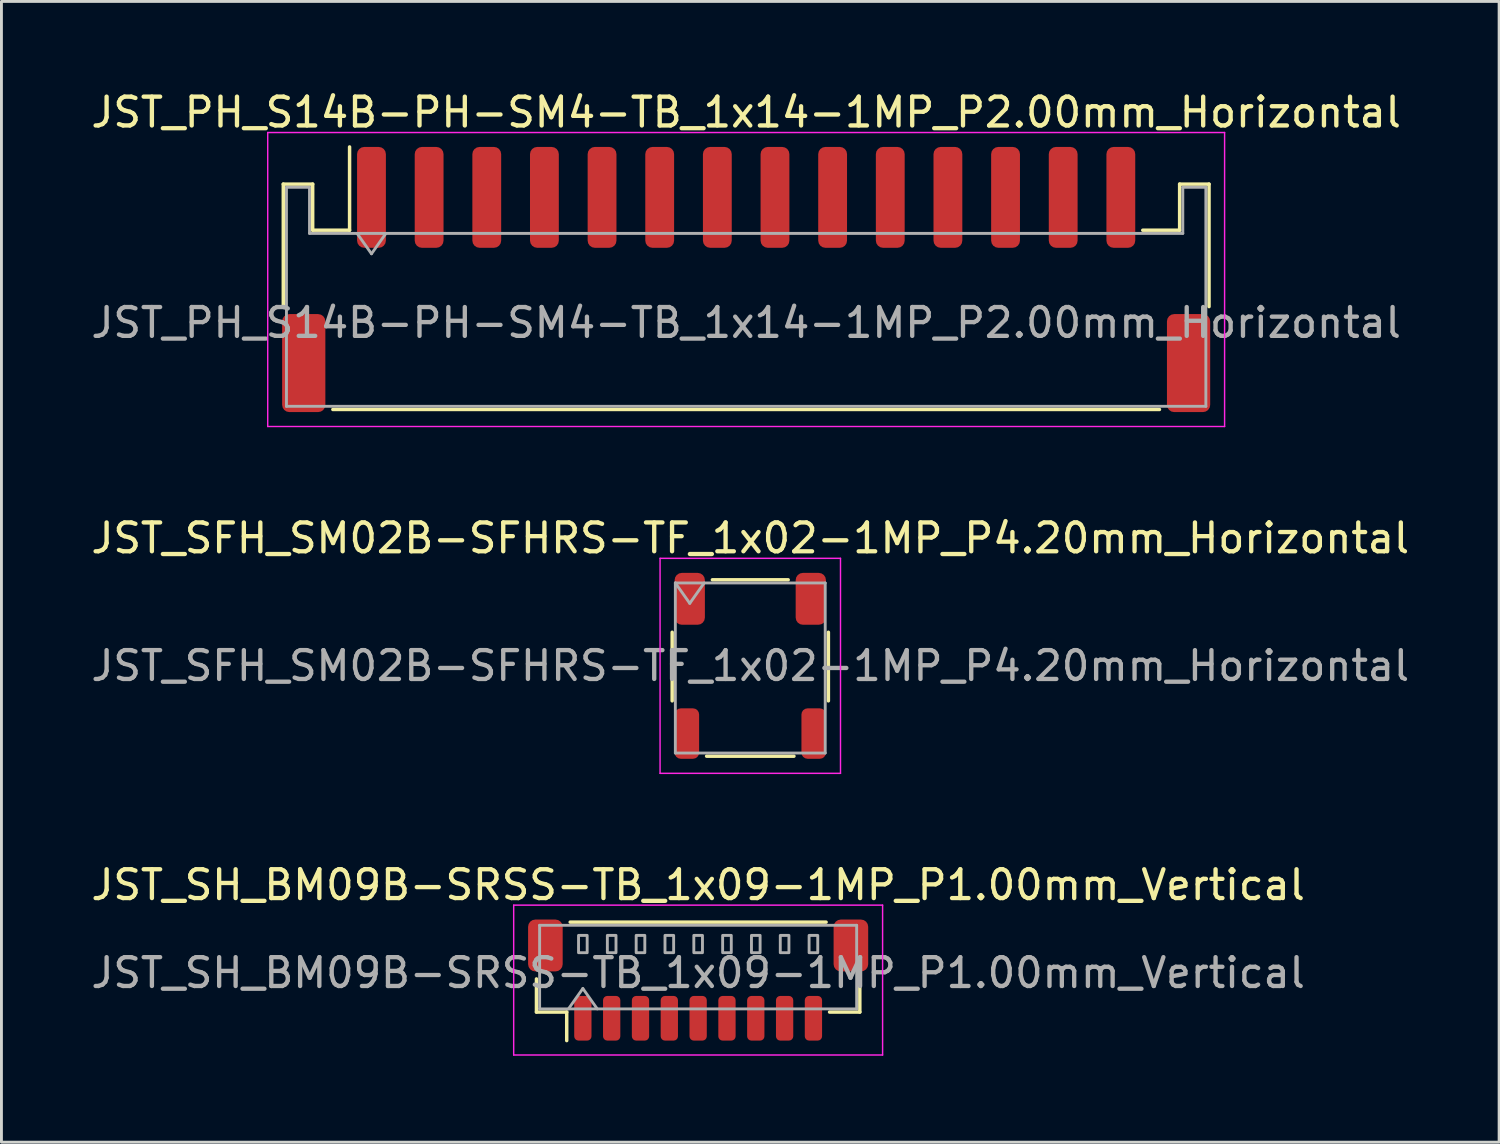
<source format=kicad_pcb>
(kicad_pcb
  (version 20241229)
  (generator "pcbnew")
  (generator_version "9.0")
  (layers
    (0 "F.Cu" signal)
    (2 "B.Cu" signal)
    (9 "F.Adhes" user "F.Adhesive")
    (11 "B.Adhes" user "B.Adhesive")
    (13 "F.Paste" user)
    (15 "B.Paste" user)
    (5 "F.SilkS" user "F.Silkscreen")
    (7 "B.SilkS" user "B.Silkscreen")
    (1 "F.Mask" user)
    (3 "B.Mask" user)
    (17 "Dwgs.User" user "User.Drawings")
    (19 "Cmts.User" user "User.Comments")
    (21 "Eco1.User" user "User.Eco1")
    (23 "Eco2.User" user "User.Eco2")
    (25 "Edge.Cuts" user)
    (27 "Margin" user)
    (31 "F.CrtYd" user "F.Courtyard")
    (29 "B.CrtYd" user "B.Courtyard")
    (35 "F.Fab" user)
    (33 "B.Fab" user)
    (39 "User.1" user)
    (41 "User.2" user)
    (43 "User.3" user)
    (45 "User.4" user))
  (footprint "JST_PH_S14B-PH-SM4-TB_1x14-1MP_P2.00mm_Horizontal"
    (layer "F.Cu")
    (at 22.839 6.648)
    (property "Reference" "JST_PH_S14B-PH-SM4-TB_1x14-1MP_P2.00mm_Horizontal" (at 0 -5.8 0) (layer "F.SilkS") (effects (font (size 1 1) (thickness 0.15))))
    (attr smd)
    (fp_line (start -16.06 -3.31) (end -15.04 -3.31) (stroke (width 0.12) (type solid)) (layer "F.SilkS"))
    (fp_line (start -16.06 0.94) (end -16.06 -3.31) (stroke (width 0.12) (type solid)) (layer "F.SilkS"))
    (fp_line (start -15.04 -3.31) (end -15.04 -1.71) (stroke (width 0.12) (type solid)) (layer "F.SilkS"))
    (fp_line (start -15.04 -1.71) (end -13.76 -1.71) (stroke (width 0.12) (type solid)) (layer "F.SilkS"))
    (fp_line (start -14.34 4.51) (end 14.34 4.51) (stroke (width 0.12) (type solid)) (layer "F.SilkS"))
    (fp_line (start -13.76 -1.71) (end -13.76 -4.6) (stroke (width 0.12) (type solid)) (layer "F.SilkS"))
    (fp_line (start 15.04 -3.31) (end 15.04 -1.71) (stroke (width 0.12) (type solid)) (layer "F.SilkS"))
    (fp_line (start 15.04 -1.71) (end 13.76 -1.71) (stroke (width 0.12) (type solid)) (layer "F.SilkS"))
    (fp_line (start 16.06 -3.31) (end 15.04 -3.31) (stroke (width 0.12) (type solid)) (layer "F.SilkS"))
    (fp_line (start 16.06 0.94) (end 16.06 -3.31) (stroke (width 0.12) (type solid)) (layer "F.SilkS"))
    (fp_line (start -16.6 -5.1) (end -16.6 5.1) (stroke (width 0.05) (type solid)) (layer "F.CrtYd"))
    (fp_line (start -16.6 5.1) (end 16.6 5.1) (stroke (width 0.05) (type solid)) (layer "F.CrtYd"))
    (fp_line (start 16.6 -5.1) (end -16.6 -5.1) (stroke (width 0.05) (type solid)) (layer "F.CrtYd"))
    (fp_line (start 16.6 5.1) (end 16.6 -5.1) (stroke (width 0.05) (type solid)) (layer "F.CrtYd"))
    (fp_line (start -15.95 -3.2) (end -15.95 4.4) (stroke (width 0.1) (type solid)) (layer "F.Fab"))
    (fp_line (start -15.95 -3.2) (end -15.15 -3.2) (stroke (width 0.1) (type solid)) (layer "F.Fab"))
    (fp_line (start -15.95 4.4) (end 15.95 4.4) (stroke (width 0.1) (type solid)) (layer "F.Fab"))
    (fp_line (start -15.15 -3.2) (end -15.15 -1.6) (stroke (width 0.1) (type solid)) (layer "F.Fab"))
    (fp_line (start -15.15 -1.6) (end 15.15 -1.6) (stroke (width 0.1) (type solid)) (layer "F.Fab"))
    (fp_line (start -13.5 -1.6) (end -13 -0.893) (stroke (width 0.1) (type solid)) (layer "F.Fab"))
    (fp_line (start -13 -0.893) (end -12.5 -1.6) (stroke (width 0.1) (type solid)) (layer "F.Fab"))
    (fp_line (start 15.15 -3.2) (end 15.95 -3.2) (stroke (width 0.1) (type solid)) (layer "F.Fab"))
    (fp_line (start 15.15 -1.6) (end 15.15 -3.2) (stroke (width 0.1) (type solid)) (layer "F.Fab"))
    (fp_line (start 15.95 -3.2) (end 15.95 4.4) (stroke (width 0.1) (type solid)) (layer "F.Fab"))
    (fp_text user "${REFERENCE}" (at 0 1.5 0) (layer "F.Fab") (effects (font (size 1 1) (thickness 0.15))))
    (pad "1" smd roundrect (at -13 -2.85) (size 1 3.5) (layers "F.Cu" "F.Mask" "F.Paste") (roundrect_rratio 0.25))
    (pad "2" smd roundrect (at -11 -2.85) (size 1 3.5) (layers "F.Cu" "F.Mask" "F.Paste") (roundrect_rratio 0.25))
    (pad "3" smd roundrect (at -9 -2.85) (size 1 3.5) (layers "F.Cu" "F.Mask" "F.Paste") (roundrect_rratio 0.25))
    (pad "4" smd roundrect (at -7 -2.85) (size 1 3.5) (layers "F.Cu" "F.Mask" "F.Paste") (roundrect_rratio 0.25))
    (pad "5" smd roundrect (at -5 -2.85) (size 1 3.5) (layers "F.Cu" "F.Mask" "F.Paste") (roundrect_rratio 0.25))
    (pad "6" smd roundrect (at -3 -2.85) (size 1 3.5) (layers "F.Cu" "F.Mask" "F.Paste") (roundrect_rratio 0.25))
    (pad "7" smd roundrect (at -1 -2.85) (size 1 3.5) (layers "F.Cu" "F.Mask" "F.Paste") (roundrect_rratio 0.25))
    (pad "8" smd roundrect (at 1 -2.85) (size 1 3.5) (layers "F.Cu" "F.Mask" "F.Paste") (roundrect_rratio 0.25))
    (pad "9" smd roundrect (at 3 -2.85) (size 1 3.5) (layers "F.Cu" "F.Mask" "F.Paste") (roundrect_rratio 0.25))
    (pad "10" smd roundrect (at 5 -2.85) (size 1 3.5) (layers "F.Cu" "F.Mask" "F.Paste") (roundrect_rratio 0.25))
    (pad "11" smd roundrect (at 7 -2.85) (size 1 3.5) (layers "F.Cu" "F.Mask" "F.Paste") (roundrect_rratio 0.25))
    (pad "12" smd roundrect (at 9 -2.85) (size 1 3.5) (layers "F.Cu" "F.Mask" "F.Paste") (roundrect_rratio 0.25))
    (pad "13" smd roundrect (at 11 -2.85) (size 1 3.5) (layers "F.Cu" "F.Mask" "F.Paste") (roundrect_rratio 0.25))
    (pad "14" smd roundrect (at 13 -2.85) (size 1 3.5) (layers "F.Cu" "F.Mask" "F.Paste") (roundrect_rratio 0.25))
    (pad "MP" smd roundrect (at -15.35 2.9) (size 1.5 3.4) (layers "F.Cu" "F.Mask" "F.Paste") (roundrect_rratio 0.167))
    (pad "MP" smd roundrect (at 15.35 2.9) (size 1.5 3.4) (layers "F.Cu" "F.Mask" "F.Paste") (roundrect_rratio 0.167)))
  (footprint "JST_SH_BM09B-SRSS-TB_1x09-1MP_P1.00mm_Vertical"
    (layer "F.Cu")
    (at 21.173 30.955)
    (property "Reference" "JST_SH_BM09B-SRSS-TB_1x09-1MP_P1.00mm_Vertical" (at 0 -3.3 0) (layer "F.SilkS") (effects (font (size 1 1) (thickness 0.15))))
    (attr smd)
    (fp_line (start -5.61 -0.04) (end -5.61 1.11) (stroke (width 0.12) (type solid)) (layer "F.SilkS"))
    (fp_line (start -5.61 1.11) (end -4.56 1.11) (stroke (width 0.12) (type solid)) (layer "F.SilkS"))
    (fp_line (start -4.56 1.11) (end -4.56 2.1) (stroke (width 0.12) (type solid)) (layer "F.SilkS"))
    (fp_line (start -4.44 -2.01) (end 4.44 -2.01) (stroke (width 0.12) (type solid)) (layer "F.SilkS"))
    (fp_line (start 5.61 -0.04) (end 5.61 1.11) (stroke (width 0.12) (type solid)) (layer "F.SilkS"))
    (fp_line (start 5.61 1.11) (end 4.56 1.11) (stroke (width 0.12) (type solid)) (layer "F.SilkS"))
    (fp_line (start -6.4 -2.6) (end -6.4 2.6) (stroke (width 0.05) (type solid)) (layer "F.CrtYd"))
    (fp_line (start -6.4 2.6) (end 6.4 2.6) (stroke (width 0.05) (type solid)) (layer "F.CrtYd"))
    (fp_line (start 6.4 -2.6) (end -6.4 -2.6) (stroke (width 0.05) (type solid)) (layer "F.CrtYd"))
    (fp_line (start 6.4 2.6) (end 6.4 -2.6) (stroke (width 0.05) (type solid)) (layer "F.CrtYd"))
    (fp_line (start -5.5 -1.9) (end 5.5 -1.9) (stroke (width 0.1) (type solid)) (layer "F.Fab"))
    (fp_line (start -5.5 1) (end -5.5 -1.9) (stroke (width 0.1) (type solid)) (layer "F.Fab"))
    (fp_line (start -5.5 1) (end 5.5 1) (stroke (width 0.1) (type solid)) (layer "F.Fab"))
    (fp_line (start -4.5 1) (end -4 0.293) (stroke (width 0.1) (type solid)) (layer "F.Fab"))
    (fp_line (start -4 0.293) (end -3.5 1) (stroke (width 0.1) (type solid)) (layer "F.Fab"))
    (fp_line (start 5.5 1) (end 5.5 -1.9) (stroke (width 0.1) (type solid)) (layer "F.Fab"))
    (fp_rect (start -4.15 -1.55) (end -3.85 -0.95) (stroke (width 0.1) (type solid)) (fill no) (layer "F.Fab"))
    (fp_rect (start -3.15 -1.55) (end -2.85 -0.95) (stroke (width 0.1) (type solid)) (fill no) (layer "F.Fab"))
    (fp_rect (start -2.15 -1.55) (end -1.85 -0.95) (stroke (width 0.1) (type solid)) (fill no) (layer "F.Fab"))
    (fp_rect (start -1.15 -1.55) (end -0.85 -0.95) (stroke (width 0.1) (type solid)) (fill no) (layer "F.Fab"))
    (fp_rect (start -0.15 -1.55) (end 0.15 -0.95) (stroke (width 0.1) (type solid)) (fill no) (layer "F.Fab"))
    (fp_rect (start 0.85 -1.55) (end 1.15 -0.95) (stroke (width 0.1) (type solid)) (fill no) (layer "F.Fab"))
    (fp_rect (start 1.85 -1.55) (end 2.15 -0.95) (stroke (width 0.1) (type solid)) (fill no) (layer "F.Fab"))
    (fp_rect (start 2.85 -1.55) (end 3.15 -0.95) (stroke (width 0.1) (type solid)) (fill no) (layer "F.Fab"))
    (fp_rect (start 3.85 -1.55) (end 4.15 -0.95) (stroke (width 0.1) (type solid)) (fill no) (layer "F.Fab"))
    (fp_text user "${REFERENCE}" (at 0 -0.25 0) (layer "F.Fab") (effects (font (size 1 1) (thickness 0.15))))
    (pad "1" smd roundrect (at -4 1.325) (size 0.6 1.55) (layers "F.Cu" "F.Mask" "F.Paste") (roundrect_rratio 0.25))
    (pad "2" smd roundrect (at -3 1.325) (size 0.6 1.55) (layers "F.Cu" "F.Mask" "F.Paste") (roundrect_rratio 0.25))
    (pad "3" smd roundrect (at -2 1.325) (size 0.6 1.55) (layers "F.Cu" "F.Mask" "F.Paste") (roundrect_rratio 0.25))
    (pad "4" smd roundrect (at -1 1.325) (size 0.6 1.55) (layers "F.Cu" "F.Mask" "F.Paste") (roundrect_rratio 0.25))
    (pad "5" smd roundrect (at 0 1.325) (size 0.6 1.55) (layers "F.Cu" "F.Mask" "F.Paste") (roundrect_rratio 0.25))
    (pad "6" smd roundrect (at 1 1.325) (size 0.6 1.55) (layers "F.Cu" "F.Mask" "F.Paste") (roundrect_rratio 0.25))
    (pad "7" smd roundrect (at 2 1.325) (size 0.6 1.55) (layers "F.Cu" "F.Mask" "F.Paste") (roundrect_rratio 0.25))
    (pad "8" smd roundrect (at 3 1.325) (size 0.6 1.55) (layers "F.Cu" "F.Mask" "F.Paste") (roundrect_rratio 0.25))
    (pad "9" smd roundrect (at 4 1.325) (size 0.6 1.55) (layers "F.Cu" "F.Mask" "F.Paste") (roundrect_rratio 0.25))
    (pad "MP" smd roundrect (at -5.3 -1.2) (size 1.2 1.8) (layers "F.Cu" "F.Mask" "F.Paste") (roundrect_rratio 0.208))
    (pad "MP" smd roundrect (at 5.3 -1.2) (size 1.2 1.8) (layers "F.Cu" "F.Mask" "F.Paste") (roundrect_rratio 0.208)))
  (footprint "JST_SFH_SM02B-SFHRS-TF_1x02-1MP_P4.20mm_Horizontal"
    (layer "F.Cu")
    (at 22.982 20.052)
    (property "Reference" "JST_SFH_SM02B-SFHRS-TF_1x02-1MP_P4.20mm_Horizontal" (at 0 -4.43 0) (layer "F.SilkS") (effects (font (size 1 1) (thickness 0.15))))
    (attr smd)
    (fp_line (start -2.71 -1.165) (end -2.71 1.215) (stroke (width 0.12) (type solid)) (layer "F.SilkS"))
    (fp_line (start -1.515 3.135) (end 1.515 3.135) (stroke (width 0.12) (type solid)) (layer "F.SilkS"))
    (fp_line (start -1.315 -2.985) (end 1.315 -2.985) (stroke (width 0.12) (type solid)) (layer "F.SilkS"))
    (fp_line (start 2.71 -1.165) (end 2.71 1.215) (stroke (width 0.12) (type solid)) (layer "F.SilkS"))
    (fp_line (start -3.13 -3.73) (end -3.13 3.73) (stroke (width 0.05) (type solid)) (layer "F.CrtYd"))
    (fp_line (start -3.13 3.73) (end 3.13 3.73) (stroke (width 0.05) (type solid)) (layer "F.CrtYd"))
    (fp_line (start 3.13 -3.73) (end -3.13 -3.73) (stroke (width 0.05) (type solid)) (layer "F.CrtYd"))
    (fp_line (start 3.13 3.73) (end 3.13 -3.73) (stroke (width 0.05) (type solid)) (layer "F.CrtYd"))
    (fp_line (start -2.6 -2.875) (end -2.6 3.025) (stroke (width 0.1) (type solid)) (layer "F.Fab"))
    (fp_line (start -2.6 -2.875) (end -2.1 -2.168) (stroke (width 0.1) (type solid)) (layer "F.Fab"))
    (fp_line (start -2.6 -2.875) (end 2.6 -2.875) (stroke (width 0.1) (type solid)) (layer "F.Fab"))
    (fp_line (start -2.6 3.025) (end 2.6 3.025) (stroke (width 0.1) (type solid)) (layer "F.Fab"))
    (fp_line (start -2.1 -2.168) (end -1.6 -2.875) (stroke (width 0.1) (type solid)) (layer "F.Fab"))
    (fp_line (start 2.6 -2.875) (end 2.6 3.025) (stroke (width 0.1) (type solid)) (layer "F.Fab"))
    (fp_text user "${REFERENCE}" (at 0 0 0) (layer "F.Fab") (effects (font (size 1 1) (thickness 0.15))))
    (pad "1" smd roundrect (at -2.1 -2.325) (size 1.05 1.8) (layers "F.Cu" "F.Mask" "F.Paste") (roundrect_rratio 0.238))
    (pad "2" smd roundrect (at 2.1 -2.325) (size 1.05 1.8) (layers "F.Cu" "F.Mask" "F.Paste") (roundrect_rratio 0.238))
    (pad "MP" smd roundrect (at -2.2 2.35) (size 0.85 1.75) (layers "F.Cu" "F.Mask" "F.Paste") (roundrect_rratio 0.25))
    (pad "MP" smd roundrect (at 2.2 2.35) (size 0.85 1.75) (layers "F.Cu" "F.Mask" "F.Paste") (roundrect_rratio 0.25)))
  (gr_rect
    (start -3 -3)
    (end 48.964 36.58)
    (stroke (width 0.1) (type default))
    (fill no)
    (layer "Edge.Cuts")))
</source>
